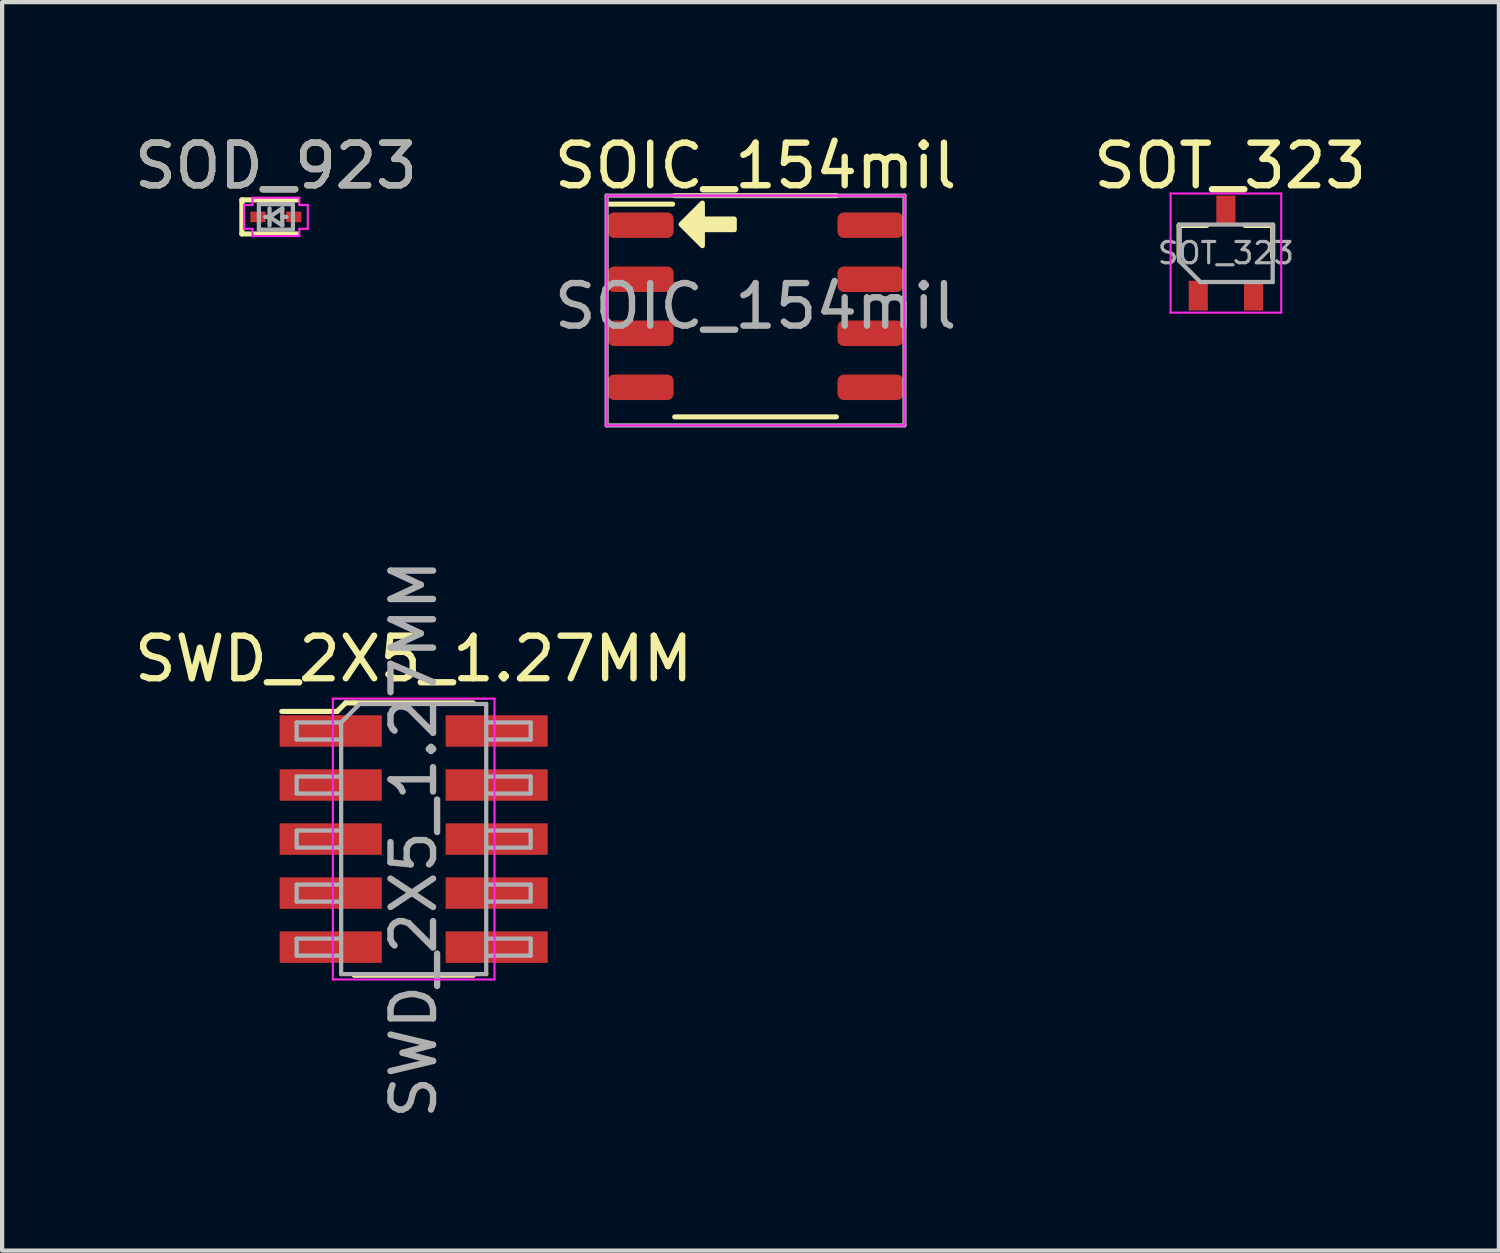
<source format=kicad_pcb>
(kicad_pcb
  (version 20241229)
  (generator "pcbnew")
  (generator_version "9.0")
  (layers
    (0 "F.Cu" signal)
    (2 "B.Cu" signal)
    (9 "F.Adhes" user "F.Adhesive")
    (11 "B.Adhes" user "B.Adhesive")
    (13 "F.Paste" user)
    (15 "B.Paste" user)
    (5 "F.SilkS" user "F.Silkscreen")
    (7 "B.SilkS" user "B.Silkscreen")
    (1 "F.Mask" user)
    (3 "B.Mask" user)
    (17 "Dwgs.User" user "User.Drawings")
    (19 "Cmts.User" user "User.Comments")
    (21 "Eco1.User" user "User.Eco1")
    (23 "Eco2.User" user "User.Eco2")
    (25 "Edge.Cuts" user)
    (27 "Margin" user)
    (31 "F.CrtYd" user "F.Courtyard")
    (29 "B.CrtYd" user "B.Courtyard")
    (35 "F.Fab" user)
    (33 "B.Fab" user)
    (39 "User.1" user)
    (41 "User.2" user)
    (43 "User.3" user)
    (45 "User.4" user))
  (footprint "SOT_323"
    (layer "F.Cu")
    (at 25.763 2.898)
    (property "Reference" "SOT_323" (at 0.1 -2.05 180) (layer "F.SilkS") (effects (font (size 1 1) (thickness 0.15))))
    (attr smd)
    (fp_line (start -1.1 -0.65) (end -1.1 0.1) (stroke (width 0.12) (type solid)) (layer "F.SilkS"))
    (fp_line (start -1.1 -0.65) (end -0.45 -0.65) (stroke (width 0.12) (type solid)) (layer "F.SilkS"))
    (fp_line (start 0.45 -0.65) (end 1.1 -0.65) (stroke (width 0.12) (type solid)) (layer "F.SilkS"))
    (fp_line (start 1.1 -0.65) (end 1.1 0.1) (stroke (width 0.12) (type solid)) (layer "F.SilkS"))
    (fp_line (start -1.3 -1.4) (end 1.3 -1.4) (stroke (width 0.05) (type solid)) (layer "F.CrtYd"))
    (fp_line (start -1.3 1.4) (end -1.3 -1.4) (stroke (width 0.05) (type solid)) (layer "F.CrtYd"))
    (fp_line (start 1.3 -1.4) (end 1.3 1.4) (stroke (width 0.05) (type solid)) (layer "F.CrtYd"))
    (fp_line (start 1.3 1.4) (end -1.3 1.4) (stroke (width 0.05) (type solid)) (layer "F.CrtYd"))
    (fp_line (start -1.1 -0.67) (end -1.1 0.18) (stroke (width 0.1) (type solid)) (layer "F.Fab"))
    (fp_line (start -1.1 -0.67) (end 1.1 -0.67) (stroke (width 0.1) (type solid)) (layer "F.Fab"))
    (fp_line (start -1.1 0.18) (end -0.6 0.68) (stroke (width 0.1) (type solid)) (layer "F.Fab"))
    (fp_line (start -0.6 0.68) (end 1.1 0.68) (stroke (width 0.1) (type solid)) (layer "F.Fab"))
    (fp_line (start 1.1 -0.67) (end 1.1 0.68) (stroke (width 0.1) (type solid)) (layer "F.Fab"))
    (fp_text user "${REFERENCE}" (at 0 0 180) (layer "F.Fab") (effects (font (size 0.5 0.5) (thickness 0.075))))
    (pad "1" smd rect (at -0.65 1) (size 0.45 0.7) (layers "F.Cu" "F.Mask" "F.Paste"))
    (pad "2" smd rect (at 0.65 1) (size 0.45 0.7) (layers "F.Cu" "F.Mask" "F.Paste"))
    (pad "3" smd rect (at 0 -1) (size 0.45 0.7) (layers "F.Cu" "F.Mask" "F.Paste")))
  (footprint "SOIC_154mil"
    (layer "F.Cu")
    (at 14.708 4.148)
    (property "Reference" "SOIC_154mil" (at 0 -3.3 0) (unlocked yes) (layer "F.SilkS") (effects (font (size 1 1) (thickness 0.15))))
    (attr smd)
    (fp_line (start -3.45 -2.4) (end -1.95 -2.4) (stroke (width 0.12) (type solid)) (layer "F.SilkS"))
    (fp_line (start 1.9 -2.6) (end -1.9 -2.6) (stroke (width 0.12) (type solid)) (layer "F.SilkS"))
    (fp_line (start 1.9 2.6) (end -1.9 2.6) (stroke (width 0.12) (type solid)) (layer "F.SilkS"))
    (fp_poly (pts (xy -1.25 -1.425) (xy -1.75 -1.925) (xy -1.25 -2.425)) (stroke (width 0.12) (type solid)) (fill yes) (layer "F.SilkS"))
    (fp_poly (pts (xy -0.5 -1.8) (xy -1.25 -1.8) (xy -1.25 -2.05) (xy -0.5 -2.05)) (stroke (width 0.12) (type solid)) (fill yes) (layer "F.SilkS"))
    (fp_line (start -3.5 -2.6) (end -3.5 2.8) (stroke (width 0.05) (type solid)) (layer "F.CrtYd"))
    (fp_line (start -3.5 2.8) (end 3.5 2.8) (stroke (width 0.05) (type solid)) (layer "F.CrtYd"))
    (fp_line (start 3.5 -2.6) (end -3.5 -2.6) (stroke (width 0.05) (type solid)) (layer "F.CrtYd"))
    (fp_line (start 3.5 2.8) (end 3.5 -2.6) (stroke (width 0.05) (type solid)) (layer "F.CrtYd"))
    (fp_line (start -3.5 -2.6) (end 3.5 -2.6) (stroke (width 0.1) (type solid)) (layer "F.Fab"))
    (fp_line (start -3.5 2.8) (end -3.5 -2.6) (stroke (width 0.1) (type solid)) (layer "F.Fab"))
    (fp_line (start 3.5 -2.6) (end 3.5 2.8) (stroke (width 0.1) (type solid)) (layer "F.Fab"))
    (fp_line (start 3.5 2.8) (end -3.5 2.8) (stroke (width 0.1) (type solid)) (layer "F.Fab"))
    (fp_text user "${REFERENCE}" (at 0 0 0) (unlocked yes) (layer "F.Fab") (effects (font (size 1 1) (thickness 0.15))))
    (pad "1" smd roundrect (at -2.7 -1.905) (size 1.55 0.6) (layers "F.Cu" "F.Mask" "F.Paste") (roundrect_rratio 0.25))
    (pad "2" smd roundrect (at -2.7 -0.635) (size 1.55 0.6) (layers "F.Cu" "F.Mask" "F.Paste") (roundrect_rratio 0.25))
    (pad "3" smd roundrect (at -2.7 0.635) (size 1.55 0.6) (layers "F.Cu" "F.Mask" "F.Paste") (roundrect_rratio 0.25))
    (pad "4" smd roundrect (at -2.7 1.905) (size 1.55 0.6) (layers "F.Cu" "F.Mask" "F.Paste") (roundrect_rratio 0.25))
    (pad "5" smd roundrect (at 2.7 1.905) (size 1.55 0.6) (layers "F.Cu" "F.Mask" "F.Paste") (roundrect_rratio 0.25))
    (pad "6" smd roundrect (at 2.7 0.635) (size 1.55 0.6) (layers "F.Cu" "F.Mask" "F.Paste") (roundrect_rratio 0.25))
    (pad "7" smd roundrect (at 2.7 -0.635) (size 1.55 0.6) (layers "F.Cu" "F.Mask" "F.Paste") (roundrect_rratio 0.25))
    (pad "8" smd roundrect (at 2.7 -1.905) (size 1.55 0.6) (layers "F.Cu" "F.Mask" "F.Paste") (roundrect_rratio 0.25)))
  (footprint "SWD_2X5_1.27MM"
    (layer "F.Cu")
    (at 6.673 16.671)
    (property "Reference" "SWD_2X5_1.27MM" (at 0 -4.235 0) (layer "F.SilkS") (effects (font (size 1 1) (thickness 0.15))))
    (attr smd)
    (fp_line (start -1.8 -3) (end -3.1 -3) (stroke (width 0.12) (type solid)) (layer "F.SilkS"))
    (fp_line (start -1.6 -3.2) (end -1.8 -3) (stroke (width 0.12) (type solid)) (layer "F.SilkS"))
    (fp_line (start -1.4 -3.2) (end -1.6 -3.2) (stroke (width 0.12) (type solid)) (layer "F.SilkS"))
    (fp_line (start -1.4 3.2) (end 1.4 3.2) (stroke (width 0.12) (type solid)) (layer "F.SilkS"))
    (fp_line (start 1.4 -3.2) (end -1.4 -3.2) (stroke (width 0.12) (type solid)) (layer "F.SilkS"))
    (fp_line (start -1.9 -3.3) (end -1.9 3.3) (stroke (width 0.05) (type solid)) (layer "F.CrtYd"))
    (fp_line (start -1.9 3.3) (end 1.9 3.3) (stroke (width 0.05) (type solid)) (layer "F.CrtYd"))
    (fp_line (start 1.9 -3.3) (end -1.9 -3.3) (stroke (width 0.05) (type solid)) (layer "F.CrtYd"))
    (fp_line (start 1.9 3.3) (end 1.9 -3.3) (stroke (width 0.05) (type solid)) (layer "F.CrtYd"))
    (fp_line (start -2.75 -2.74) (end -2.75 -2.34) (stroke (width 0.1) (type solid)) (layer "F.Fab"))
    (fp_line (start -2.75 -2.34) (end -1.705 -2.34) (stroke (width 0.1) (type solid)) (layer "F.Fab"))
    (fp_line (start -2.75 -1.47) (end -2.75 -1.07) (stroke (width 0.1) (type solid)) (layer "F.Fab"))
    (fp_line (start -2.75 -1.07) (end -1.705 -1.07) (stroke (width 0.1) (type solid)) (layer "F.Fab"))
    (fp_line (start -2.75 -0.2) (end -2.75 0.2) (stroke (width 0.1) (type solid)) (layer "F.Fab"))
    (fp_line (start -2.75 0.2) (end -1.705 0.2) (stroke (width 0.1) (type solid)) (layer "F.Fab"))
    (fp_line (start -2.75 1.07) (end -2.75 1.47) (stroke (width 0.1) (type solid)) (layer "F.Fab"))
    (fp_line (start -2.75 1.47) (end -1.705 1.47) (stroke (width 0.1) (type solid)) (layer "F.Fab"))
    (fp_line (start -2.75 2.34) (end -2.75 2.74) (stroke (width 0.1) (type solid)) (layer "F.Fab"))
    (fp_line (start -2.75 2.74) (end -1.705 2.74) (stroke (width 0.1) (type solid)) (layer "F.Fab"))
    (fp_line (start -1.705 -2.74) (end -2.75 -2.74) (stroke (width 0.1) (type solid)) (layer "F.Fab"))
    (fp_line (start -1.705 -2.74) (end -1.27 -3.175) (stroke (width 0.1) (type solid)) (layer "F.Fab"))
    (fp_line (start -1.705 -1.47) (end -2.75 -1.47) (stroke (width 0.1) (type solid)) (layer "F.Fab"))
    (fp_line (start -1.705 -0.2) (end -2.75 -0.2) (stroke (width 0.1) (type solid)) (layer "F.Fab"))
    (fp_line (start -1.705 1.07) (end -2.75 1.07) (stroke (width 0.1) (type solid)) (layer "F.Fab"))
    (fp_line (start -1.705 2.34) (end -2.75 2.34) (stroke (width 0.1) (type solid)) (layer "F.Fab"))
    (fp_line (start -1.705 3.175) (end -1.705 -2.74) (stroke (width 0.1) (type solid)) (layer "F.Fab"))
    (fp_line (start -1.27 -3.175) (end 1.705 -3.175) (stroke (width 0.1) (type solid)) (layer "F.Fab"))
    (fp_line (start 1.705 -3.175) (end 1.705 3.175) (stroke (width 0.1) (type solid)) (layer "F.Fab"))
    (fp_line (start 1.705 -2.74) (end 2.75 -2.74) (stroke (width 0.1) (type solid)) (layer "F.Fab"))
    (fp_line (start 1.705 -1.47) (end 2.75 -1.47) (stroke (width 0.1) (type solid)) (layer "F.Fab"))
    (fp_line (start 1.705 -0.2) (end 2.75 -0.2) (stroke (width 0.1) (type solid)) (layer "F.Fab"))
    (fp_line (start 1.705 1.07) (end 2.75 1.07) (stroke (width 0.1) (type solid)) (layer "F.Fab"))
    (fp_line (start 1.705 2.34) (end 2.75 2.34) (stroke (width 0.1) (type solid)) (layer "F.Fab"))
    (fp_line (start 1.705 3.175) (end -1.705 3.175) (stroke (width 0.1) (type solid)) (layer "F.Fab"))
    (fp_line (start 2.75 -2.74) (end 2.75 -2.34) (stroke (width 0.1) (type solid)) (layer "F.Fab"))
    (fp_line (start 2.75 -2.34) (end 1.705 -2.34) (stroke (width 0.1) (type solid)) (layer "F.Fab"))
    (fp_line (start 2.75 -1.47) (end 2.75 -1.07) (stroke (width 0.1) (type solid)) (layer "F.Fab"))
    (fp_line (start 2.75 -1.07) (end 1.705 -1.07) (stroke (width 0.1) (type solid)) (layer "F.Fab"))
    (fp_line (start 2.75 -0.2) (end 2.75 0.2) (stroke (width 0.1) (type solid)) (layer "F.Fab"))
    (fp_line (start 2.75 0.2) (end 1.705 0.2) (stroke (width 0.1) (type solid)) (layer "F.Fab"))
    (fp_line (start 2.75 1.07) (end 2.75 1.47) (stroke (width 0.1) (type solid)) (layer "F.Fab"))
    (fp_line (start 2.75 1.47) (end 1.705 1.47) (stroke (width 0.1) (type solid)) (layer "F.Fab"))
    (fp_line (start 2.75 2.34) (end 2.75 2.74) (stroke (width 0.1) (type solid)) (layer "F.Fab"))
    (fp_line (start 2.75 2.74) (end 1.705 2.74) (stroke (width 0.1) (type solid)) (layer "F.Fab"))
    (fp_text user "${REFERENCE}" (at 0 0 90) (layer "F.Fab") (effects (font (size 1 1) (thickness 0.15))))
    (pad "1" smd rect (at -1.95 -2.54) (size 2.4 0.74) (layers "F.Cu" "F.Mask" "F.Paste"))
    (pad "2" smd rect (at 1.95 -2.54) (size 2.4 0.74) (layers "F.Cu" "F.Mask" "F.Paste"))
    (pad "3" smd rect (at -1.95 -1.27) (size 2.4 0.74) (layers "F.Cu" "F.Mask" "F.Paste"))
    (pad "4" smd rect (at 1.95 -1.27) (size 2.4 0.74) (layers "F.Cu" "F.Mask" "F.Paste"))
    (pad "5" smd rect (at -1.95 0) (size 2.4 0.74) (layers "F.Cu" "F.Mask" "F.Paste"))
    (pad "6" smd rect (at 1.95 0) (size 2.4 0.74) (layers "F.Cu" "F.Mask" "F.Paste"))
    (pad "7" smd rect (at -1.95 1.27) (size 2.4 0.74) (layers "F.Cu" "F.Mask" "F.Paste"))
    (pad "8" smd rect (at 1.95 1.27) (size 2.4 0.74) (layers "F.Cu" "F.Mask" "F.Paste"))
    (pad "9" smd rect (at -1.95 2.54) (size 2.4 0.74) (layers "F.Cu" "F.Mask" "F.Paste"))
    (pad "10" smd rect (at 1.95 2.54) (size 2.4 0.74) (layers "F.Cu" "F.Mask" "F.Paste")))
  (footprint "SOD_923"
    (layer "F.Cu")
    (at 3.435 2.048)
    (property "Reference" "SOD_923" (at 0 -1.2 0) (layer "F.SilkS") (effects (font (size 1 1) (thickness 0.15))))
    (attr smd)
    (fp_line (start -0.8 -0.4) (end -0.8 0.4) (stroke (width 0.12) (type solid)) (layer "F.SilkS"))
    (fp_line (start 0.5 -0.4) (end -0.8 -0.4) (stroke (width 0.12) (type solid)) (layer "F.SilkS"))
    (fp_line (start 0.5 0.4) (end -0.8 0.4) (stroke (width 0.12) (type solid)) (layer "F.SilkS"))
    (fp_line (start -0.75 -0.28) (end -0.75 0.28) (stroke (width 0.05) (type solid)) (layer "F.CrtYd"))
    (fp_line (start -0.75 0.28) (end -0.55 0.28) (stroke (width 0.05) (type solid)) (layer "F.CrtYd"))
    (fp_line (start -0.55 -0.45) (end 0.55 -0.45) (stroke (width 0.05) (type solid)) (layer "F.CrtYd"))
    (fp_line (start -0.55 -0.28) (end -0.75 -0.28) (stroke (width 0.05) (type solid)) (layer "F.CrtYd"))
    (fp_line (start -0.55 -0.28) (end -0.55 -0.45) (stroke (width 0.05) (type solid)) (layer "F.CrtYd"))
    (fp_line (start -0.55 0.45) (end -0.55 0.28) (stroke (width 0.05) (type solid)) (layer "F.CrtYd"))
    (fp_line (start 0.55 -0.45) (end 0.55 -0.28) (stroke (width 0.05) (type solid)) (layer "F.CrtYd"))
    (fp_line (start 0.55 -0.28) (end 0.75 -0.28) (stroke (width 0.05) (type solid)) (layer "F.CrtYd"))
    (fp_line (start 0.55 0.28) (end 0.55 0.45) (stroke (width 0.05) (type solid)) (layer "F.CrtYd"))
    (fp_line (start 0.55 0.45) (end -0.55 0.45) (stroke (width 0.05) (type solid)) (layer "F.CrtYd"))
    (fp_line (start 0.75 -0.28) (end 0.75 0.28) (stroke (width 0.05) (type solid)) (layer "F.CrtYd"))
    (fp_line (start 0.75 0.28) (end 0.55 0.28) (stroke (width 0.05) (type solid)) (layer "F.CrtYd"))
    (fp_line (start -0.4 -0.3) (end 0.4 -0.3) (stroke (width 0.1) (type solid)) (layer "F.Fab"))
    (fp_line (start -0.4 0.3) (end -0.4 -0.3) (stroke (width 0.1) (type solid)) (layer "F.Fab"))
    (fp_line (start -0.15 0) (end -0.25 0) (stroke (width 0.1) (type solid)) (layer "F.Fab"))
    (fp_line (start -0.15 0) (end 0.15 0.2) (stroke (width 0.1) (type solid)) (layer "F.Fab"))
    (fp_line (start -0.15 0.2) (end -0.15 -0.2) (stroke (width 0.1) (type solid)) (layer "F.Fab"))
    (fp_line (start 0.15 -0.2) (end -0.15 0) (stroke (width 0.1) (type solid)) (layer "F.Fab"))
    (fp_line (start 0.15 0) (end 0.25 0) (stroke (width 0.1) (type solid)) (layer "F.Fab"))
    (fp_line (start 0.15 0.2) (end 0.15 -0.2) (stroke (width 0.1) (type solid)) (layer "F.Fab"))
    (fp_line (start 0.4 -0.3) (end 0.4 0.3) (stroke (width 0.1) (type solid)) (layer "F.Fab"))
    (fp_line (start 0.4 0.3) (end -0.4 0.3) (stroke (width 0.1) (type solid)) (layer "F.Fab"))
    (fp_text user "${REFERENCE}" (at 0 -1.2 0) (layer "F.Fab") (effects (font (size 1 1) (thickness 0.15))))
    (pad "1" smd rect (at -0.42 0 180) (size 0.36 0.25) (layers "F.Cu" "F.Mask" "F.Paste"))
    (pad "2" smd rect (at 0.42 0 180) (size 0.36 0.25) (layers "F.Cu" "F.Mask" "F.Paste")))
  (gr_rect
    (start -3 -3)
    (end 32.179 26.343)
    (stroke (width 0.1) (type default))
    (fill no)
    (layer "Edge.Cuts")))
</source>
